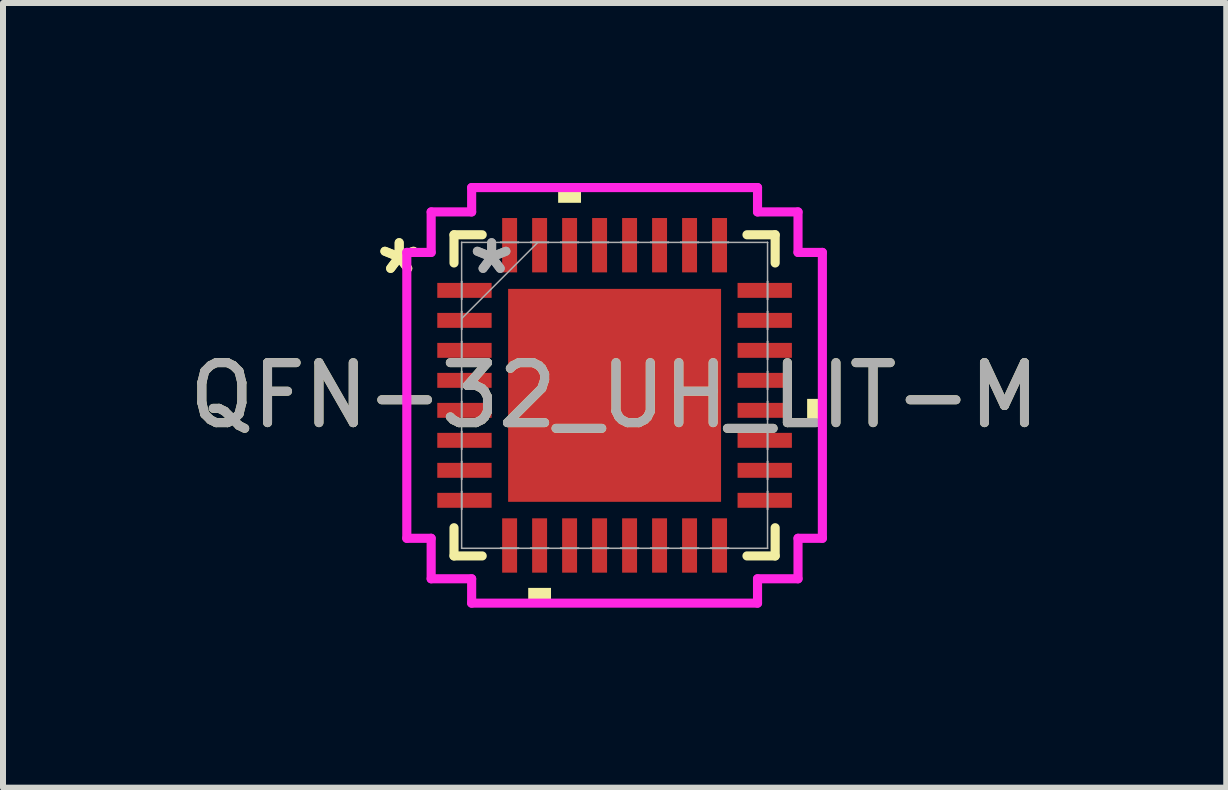
<source format=kicad_pcb>
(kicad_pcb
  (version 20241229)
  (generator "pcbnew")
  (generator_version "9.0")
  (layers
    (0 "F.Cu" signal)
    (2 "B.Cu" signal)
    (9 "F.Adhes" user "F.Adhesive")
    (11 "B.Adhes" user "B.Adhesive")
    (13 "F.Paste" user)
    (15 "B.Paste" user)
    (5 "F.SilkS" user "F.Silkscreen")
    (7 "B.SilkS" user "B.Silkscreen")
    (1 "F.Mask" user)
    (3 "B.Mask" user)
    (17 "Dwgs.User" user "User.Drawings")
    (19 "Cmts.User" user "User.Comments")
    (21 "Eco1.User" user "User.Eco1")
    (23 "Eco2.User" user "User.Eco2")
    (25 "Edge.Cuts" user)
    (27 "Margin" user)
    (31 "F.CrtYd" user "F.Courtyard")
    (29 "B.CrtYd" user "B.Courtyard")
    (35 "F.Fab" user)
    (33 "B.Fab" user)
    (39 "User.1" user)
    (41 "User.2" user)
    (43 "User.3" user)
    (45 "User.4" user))
  (footprint "QFN-32_UH_LIT-M"
    (layer "F.Cu")
    (at 7.196 3.541)
    (property "Reference" "QFN-32_UH_LIT-M" (at 0 0 0) (unlocked yes) (layer "F.SilkS") (effects (font (size 1 1) (thickness 0.15))))
    (attr smd)
    (fp_line (start -2.677 -2.677) (end -2.677 -2.207) (stroke (width 0.152) (type solid)) (layer "F.SilkS"))
    (fp_line (start -2.677 2.207) (end -2.677 2.677) (stroke (width 0.152) (type solid)) (layer "F.SilkS"))
    (fp_line (start -2.677 2.677) (end -2.207 2.677) (stroke (width 0.152) (type solid)) (layer "F.SilkS"))
    (fp_line (start -2.207 -2.677) (end -2.677 -2.677) (stroke (width 0.152) (type solid)) (layer "F.SilkS"))
    (fp_line (start 2.207 2.677) (end 2.677 2.677) (stroke (width 0.152) (type solid)) (layer "F.SilkS"))
    (fp_line (start 2.677 -2.677) (end 2.207 -2.677) (stroke (width 0.152) (type solid)) (layer "F.SilkS"))
    (fp_line (start 2.677 -2.207) (end 2.677 -2.677) (stroke (width 0.152) (type solid)) (layer "F.SilkS"))
    (fp_line (start 2.677 2.677) (end 2.677 2.207) (stroke (width 0.152) (type solid)) (layer "F.SilkS"))
    (fp_poly (pts (xy -1.44 3.21) (xy -1.44 3.464) (xy -1.06 3.464) (xy -1.06 3.21)) (stroke (width 0) (type solid)) (fill yes) (layer "F.SilkS"))
    (fp_poly (pts (xy -0.941 -3.21) (xy -0.941 -3.464) (xy -0.56 -3.464) (xy -0.56 -3.21)) (stroke (width 0) (type solid)) (fill yes) (layer "F.SilkS"))
    (fp_poly (pts (xy 3.464 0.059) (xy 3.464 0.441) (xy 3.21 0.441) (xy 3.21 0.059)) (stroke (width 0) (type solid)) (fill yes) (layer "F.SilkS"))
    (fp_poly (pts (xy -1.675 -1.675) (xy -1.675 -0.1) (xy -0.1 -0.1) (xy -0.1 -1.675)) (stroke (width 0) (type solid)) (fill yes) (layer "F.Paste"))
    (fp_poly (pts (xy -1.675 0.1) (xy -1.675 1.675) (xy -0.1 1.675) (xy -0.1 0.1)) (stroke (width 0) (type solid)) (fill yes) (layer "F.Paste"))
    (fp_poly (pts (xy 0.1 -1.675) (xy 0.1 -0.1) (xy 1.675 -0.1) (xy 1.675 -1.675)) (stroke (width 0) (type solid)) (fill yes) (layer "F.Paste"))
    (fp_poly (pts (xy 0.1 0.1) (xy 0.1 1.675) (xy 1.675 1.675) (xy 1.675 0.1)) (stroke (width 0) (type solid)) (fill yes) (layer "F.Paste"))
    (fp_line (start -3.464 -2.383) (end -3.058 -2.383) (stroke (width 0.152) (type solid)) (layer "F.CrtYd"))
    (fp_line (start -3.464 2.383) (end -3.464 -2.383) (stroke (width 0.152) (type solid)) (layer "F.CrtYd"))
    (fp_line (start -3.058 -3.058) (end -2.383 -3.058) (stroke (width 0.152) (type solid)) (layer "F.CrtYd"))
    (fp_line (start -3.058 -2.383) (end -3.058 -3.058) (stroke (width 0.152) (type solid)) (layer "F.CrtYd"))
    (fp_line (start -3.058 2.383) (end -3.464 2.383) (stroke (width 0.152) (type solid)) (layer "F.CrtYd"))
    (fp_line (start -3.058 3.058) (end -3.058 2.383) (stroke (width 0.152) (type solid)) (layer "F.CrtYd"))
    (fp_line (start -2.383 -3.464) (end 2.383 -3.464) (stroke (width 0.152) (type solid)) (layer "F.CrtYd"))
    (fp_line (start -2.383 -3.058) (end -2.383 -3.464) (stroke (width 0.152) (type solid)) (layer "F.CrtYd"))
    (fp_line (start -2.383 3.058) (end -3.058 3.058) (stroke (width 0.152) (type solid)) (layer "F.CrtYd"))
    (fp_line (start -2.383 3.464) (end -2.383 3.058) (stroke (width 0.152) (type solid)) (layer "F.CrtYd"))
    (fp_line (start 2.383 -3.464) (end 2.383 -3.058) (stroke (width 0.152) (type solid)) (layer "F.CrtYd"))
    (fp_line (start 2.383 -3.058) (end 3.058 -3.058) (stroke (width 0.152) (type solid)) (layer "F.CrtYd"))
    (fp_line (start 2.383 3.058) (end 2.383 3.464) (stroke (width 0.152) (type solid)) (layer "F.CrtYd"))
    (fp_line (start 2.383 3.464) (end -2.383 3.464) (stroke (width 0.152) (type solid)) (layer "F.CrtYd"))
    (fp_line (start 3.058 -3.058) (end 3.058 -2.383) (stroke (width 0.152) (type solid)) (layer "F.CrtYd"))
    (fp_line (start 3.058 -2.383) (end 3.464 -2.383) (stroke (width 0.152) (type solid)) (layer "F.CrtYd"))
    (fp_line (start 3.058 2.383) (end 3.058 3.058) (stroke (width 0.152) (type solid)) (layer "F.CrtYd"))
    (fp_line (start 3.058 3.058) (end 2.383 3.058) (stroke (width 0.152) (type solid)) (layer "F.CrtYd"))
    (fp_line (start 3.464 -2.383) (end 3.464 2.383) (stroke (width 0.152) (type solid)) (layer "F.CrtYd"))
    (fp_line (start 3.464 2.383) (end 3.058 2.383) (stroke (width 0.152) (type solid)) (layer "F.CrtYd"))
    (fp_line (start -2.55 -2.55) (end -2.55 -2.55) (stroke (width 0.025) (type solid)) (layer "F.Fab"))
    (fp_line (start -2.55 -2.55) (end -2.55 2.55) (stroke (width 0.025) (type solid)) (layer "F.Fab"))
    (fp_line (start -2.55 -1.9) (end -2.55 -1.9) (stroke (width 0.025) (type solid)) (layer "F.Fab"))
    (fp_line (start -2.55 -1.9) (end -2.55 -1.6) (stroke (width 0.025) (type solid)) (layer "F.Fab"))
    (fp_line (start -2.55 -1.6) (end -2.55 -1.9) (stroke (width 0.025) (type solid)) (layer "F.Fab"))
    (fp_line (start -2.55 -1.6) (end -2.55 -1.6) (stroke (width 0.025) (type solid)) (layer "F.Fab"))
    (fp_line (start -2.55 -1.4) (end -2.55 -1.4) (stroke (width 0.025) (type solid)) (layer "F.Fab"))
    (fp_line (start -2.55 -1.4) (end -2.55 -1.1) (stroke (width 0.025) (type solid)) (layer "F.Fab"))
    (fp_line (start -2.55 -1.28) (end -1.28 -2.55) (stroke (width 0.025) (type solid)) (layer "F.Fab"))
    (fp_line (start -2.55 -1.1) (end -2.55 -1.4) (stroke (width 0.025) (type solid)) (layer "F.Fab"))
    (fp_line (start -2.55 -1.1) (end -2.55 -1.1) (stroke (width 0.025) (type solid)) (layer "F.Fab"))
    (fp_line (start -2.55 -0.9) (end -2.55 -0.9) (stroke (width 0.025) (type solid)) (layer "F.Fab"))
    (fp_line (start -2.55 -0.9) (end -2.55 -0.6) (stroke (width 0.025) (type solid)) (layer "F.Fab"))
    (fp_line (start -2.55 -0.6) (end -2.55 -0.9) (stroke (width 0.025) (type solid)) (layer "F.Fab"))
    (fp_line (start -2.55 -0.6) (end -2.55 -0.6) (stroke (width 0.025) (type solid)) (layer "F.Fab"))
    (fp_line (start -2.55 -0.4) (end -2.55 -0.4) (stroke (width 0.025) (type solid)) (layer "F.Fab"))
    (fp_line (start -2.55 -0.4) (end -2.55 -0.1) (stroke (width 0.025) (type solid)) (layer "F.Fab"))
    (fp_line (start -2.55 -0.1) (end -2.55 -0.4) (stroke (width 0.025) (type solid)) (layer "F.Fab"))
    (fp_line (start -2.55 -0.1) (end -2.55 -0.1) (stroke (width 0.025) (type solid)) (layer "F.Fab"))
    (fp_line (start -2.55 0.1) (end -2.55 0.1) (stroke (width 0.025) (type solid)) (layer "F.Fab"))
    (fp_line (start -2.55 0.1) (end -2.55 0.4) (stroke (width 0.025) (type solid)) (layer "F.Fab"))
    (fp_line (start -2.55 0.4) (end -2.55 0.1) (stroke (width 0.025) (type solid)) (layer "F.Fab"))
    (fp_line (start -2.55 0.4) (end -2.55 0.4) (stroke (width 0.025) (type solid)) (layer "F.Fab"))
    (fp_line (start -2.55 0.6) (end -2.55 0.6) (stroke (width 0.025) (type solid)) (layer "F.Fab"))
    (fp_line (start -2.55 0.6) (end -2.55 0.9) (stroke (width 0.025) (type solid)) (layer "F.Fab"))
    (fp_line (start -2.55 0.9) (end -2.55 0.6) (stroke (width 0.025) (type solid)) (layer "F.Fab"))
    (fp_line (start -2.55 0.9) (end -2.55 0.9) (stroke (width 0.025) (type solid)) (layer "F.Fab"))
    (fp_line (start -2.55 1.1) (end -2.55 1.1) (stroke (width 0.025) (type solid)) (layer "F.Fab"))
    (fp_line (start -2.55 1.1) (end -2.55 1.4) (stroke (width 0.025) (type solid)) (layer "F.Fab"))
    (fp_line (start -2.55 1.4) (end -2.55 1.1) (stroke (width 0.025) (type solid)) (layer "F.Fab"))
    (fp_line (start -2.55 1.4) (end -2.55 1.4) (stroke (width 0.025) (type solid)) (layer "F.Fab"))
    (fp_line (start -2.55 1.6) (end -2.55 1.6) (stroke (width 0.025) (type solid)) (layer "F.Fab"))
    (fp_line (start -2.55 1.6) (end -2.55 1.9) (stroke (width 0.025) (type solid)) (layer "F.Fab"))
    (fp_line (start -2.55 1.9) (end -2.55 1.6) (stroke (width 0.025) (type solid)) (layer "F.Fab"))
    (fp_line (start -2.55 1.9) (end -2.55 1.9) (stroke (width 0.025) (type solid)) (layer "F.Fab"))
    (fp_line (start -2.55 2.55) (end -2.55 2.55) (stroke (width 0.025) (type solid)) (layer "F.Fab"))
    (fp_line (start -2.55 2.55) (end 2.55 2.55) (stroke (width 0.025) (type solid)) (layer "F.Fab"))
    (fp_line (start -1.9 -2.55) (end -1.9 -2.55) (stroke (width 0.025) (type solid)) (layer "F.Fab"))
    (fp_line (start -1.9 -2.55) (end -1.6 -2.55) (stroke (width 0.025) (type solid)) (layer "F.Fab"))
    (fp_line (start -1.9 2.55) (end -1.9 2.55) (stroke (width 0.025) (type solid)) (layer "F.Fab"))
    (fp_line (start -1.9 2.55) (end -1.6 2.55) (stroke (width 0.025) (type solid)) (layer "F.Fab"))
    (fp_line (start -1.6 -2.55) (end -1.9 -2.55) (stroke (width 0.025) (type solid)) (layer "F.Fab"))
    (fp_line (start -1.6 -2.55) (end -1.6 -2.55) (stroke (width 0.025) (type solid)) (layer "F.Fab"))
    (fp_line (start -1.6 2.55) (end -1.9 2.55) (stroke (width 0.025) (type solid)) (layer "F.Fab"))
    (fp_line (start -1.6 2.55) (end -1.6 2.55) (stroke (width 0.025) (type solid)) (layer "F.Fab"))
    (fp_line (start -1.4 -2.55) (end -1.4 -2.55) (stroke (width 0.025) (type solid)) (layer "F.Fab"))
    (fp_line (start -1.4 -2.55) (end -1.1 -2.55) (stroke (width 0.025) (type solid)) (layer "F.Fab"))
    (fp_line (start -1.4 2.55) (end -1.4 2.55) (stroke (width 0.025) (type solid)) (layer "F.Fab"))
    (fp_line (start -1.4 2.55) (end -1.1 2.55) (stroke (width 0.025) (type solid)) (layer "F.Fab"))
    (fp_line (start -1.1 -2.55) (end -1.4 -2.55) (stroke (width 0.025) (type solid)) (layer "F.Fab"))
    (fp_line (start -1.1 -2.55) (end -1.1 -2.55) (stroke (width 0.025) (type solid)) (layer "F.Fab"))
    (fp_line (start -1.1 2.55) (end -1.4 2.55) (stroke (width 0.025) (type solid)) (layer "F.Fab"))
    (fp_line (start -1.1 2.55) (end -1.1 2.55) (stroke (width 0.025) (type solid)) (layer "F.Fab"))
    (fp_line (start -0.9 -2.55) (end -0.9 -2.55) (stroke (width 0.025) (type solid)) (layer "F.Fab"))
    (fp_line (start -0.9 -2.55) (end -0.6 -2.55) (stroke (width 0.025) (type solid)) (layer "F.Fab"))
    (fp_line (start -0.9 2.55) (end -0.9 2.55) (stroke (width 0.025) (type solid)) (layer "F.Fab"))
    (fp_line (start -0.9 2.55) (end -0.6 2.55) (stroke (width 0.025) (type solid)) (layer "F.Fab"))
    (fp_line (start -0.6 -2.55) (end -0.9 -2.55) (stroke (width 0.025) (type solid)) (layer "F.Fab"))
    (fp_line (start -0.6 -2.55) (end -0.6 -2.55) (stroke (width 0.025) (type solid)) (layer "F.Fab"))
    (fp_line (start -0.6 2.55) (end -0.9 2.55) (stroke (width 0.025) (type solid)) (layer "F.Fab"))
    (fp_line (start -0.6 2.55) (end -0.6 2.55) (stroke (width 0.025) (type solid)) (layer "F.Fab"))
    (fp_line (start -0.4 -2.55) (end -0.4 -2.55) (stroke (width 0.025) (type solid)) (layer "F.Fab"))
    (fp_line (start -0.4 -2.55) (end -0.1 -2.55) (stroke (width 0.025) (type solid)) (layer "F.Fab"))
    (fp_line (start -0.4 2.55) (end -0.4 2.55) (stroke (width 0.025) (type solid)) (layer "F.Fab"))
    (fp_line (start -0.4 2.55) (end -0.1 2.55) (stroke (width 0.025) (type solid)) (layer "F.Fab"))
    (fp_line (start -0.1 -2.55) (end -0.4 -2.55) (stroke (width 0.025) (type solid)) (layer "F.Fab"))
    (fp_line (start -0.1 -2.55) (end -0.1 -2.55) (stroke (width 0.025) (type solid)) (layer "F.Fab"))
    (fp_line (start -0.1 2.55) (end -0.4 2.55) (stroke (width 0.025) (type solid)) (layer "F.Fab"))
    (fp_line (start -0.1 2.55) (end -0.1 2.55) (stroke (width 0.025) (type solid)) (layer "F.Fab"))
    (fp_line (start 0.1 -2.55) (end 0.1 -2.55) (stroke (width 0.025) (type solid)) (layer "F.Fab"))
    (fp_line (start 0.1 -2.55) (end 0.4 -2.55) (stroke (width 0.025) (type solid)) (layer "F.Fab"))
    (fp_line (start 0.1 2.55) (end 0.1 2.55) (stroke (width 0.025) (type solid)) (layer "F.Fab"))
    (fp_line (start 0.1 2.55) (end 0.4 2.55) (stroke (width 0.025) (type solid)) (layer "F.Fab"))
    (fp_line (start 0.4 -2.55) (end 0.1 -2.55) (stroke (width 0.025) (type solid)) (layer "F.Fab"))
    (fp_line (start 0.4 -2.55) (end 0.4 -2.55) (stroke (width 0.025) (type solid)) (layer "F.Fab"))
    (fp_line (start 0.4 2.55) (end 0.1 2.55) (stroke (width 0.025) (type solid)) (layer "F.Fab"))
    (fp_line (start 0.4 2.55) (end 0.4 2.55) (stroke (width 0.025) (type solid)) (layer "F.Fab"))
    (fp_line (start 0.6 -2.55) (end 0.6 -2.55) (stroke (width 0.025) (type solid)) (layer "F.Fab"))
    (fp_line (start 0.6 -2.55) (end 0.9 -2.55) (stroke (width 0.025) (type solid)) (layer "F.Fab"))
    (fp_line (start 0.6 2.55) (end 0.6 2.55) (stroke (width 0.025) (type solid)) (layer "F.Fab"))
    (fp_line (start 0.6 2.55) (end 0.9 2.55) (stroke (width 0.025) (type solid)) (layer "F.Fab"))
    (fp_line (start 0.9 -2.55) (end 0.6 -2.55) (stroke (width 0.025) (type solid)) (layer "F.Fab"))
    (fp_line (start 0.9 -2.55) (end 0.9 -2.55) (stroke (width 0.025) (type solid)) (layer "F.Fab"))
    (fp_line (start 0.9 2.55) (end 0.6 2.55) (stroke (width 0.025) (type solid)) (layer "F.Fab"))
    (fp_line (start 0.9 2.55) (end 0.9 2.55) (stroke (width 0.025) (type solid)) (layer "F.Fab"))
    (fp_line (start 1.1 -2.55) (end 1.1 -2.55) (stroke (width 0.025) (type solid)) (layer "F.Fab"))
    (fp_line (start 1.1 -2.55) (end 1.4 -2.55) (stroke (width 0.025) (type solid)) (layer "F.Fab"))
    (fp_line (start 1.1 2.55) (end 1.1 2.55) (stroke (width 0.025) (type solid)) (layer "F.Fab"))
    (fp_line (start 1.1 2.55) (end 1.4 2.55) (stroke (width 0.025) (type solid)) (layer "F.Fab"))
    (fp_line (start 1.4 -2.55) (end 1.1 -2.55) (stroke (width 0.025) (type solid)) (layer "F.Fab"))
    (fp_line (start 1.4 -2.55) (end 1.4 -2.55) (stroke (width 0.025) (type solid)) (layer "F.Fab"))
    (fp_line (start 1.4 2.55) (end 1.1 2.55) (stroke (width 0.025) (type solid)) (layer "F.Fab"))
    (fp_line (start 1.4 2.55) (end 1.4 2.55) (stroke (width 0.025) (type solid)) (layer "F.Fab"))
    (fp_line (start 1.6 -2.55) (end 1.6 -2.55) (stroke (width 0.025) (type solid)) (layer "F.Fab"))
    (fp_line (start 1.6 -2.55) (end 1.9 -2.55) (stroke (width 0.025) (type solid)) (layer "F.Fab"))
    (fp_line (start 1.6 2.55) (end 1.6 2.55) (stroke (width 0.025) (type solid)) (layer "F.Fab"))
    (fp_line (start 1.6 2.55) (end 1.9 2.55) (stroke (width 0.025) (type solid)) (layer "F.Fab"))
    (fp_line (start 1.9 -2.55) (end 1.6 -2.55) (stroke (width 0.025) (type solid)) (layer "F.Fab"))
    (fp_line (start 1.9 -2.55) (end 1.9 -2.55) (stroke (width 0.025) (type solid)) (layer "F.Fab"))
    (fp_line (start 1.9 2.55) (end 1.6 2.55) (stroke (width 0.025) (type solid)) (layer "F.Fab"))
    (fp_line (start 1.9 2.55) (end 1.9 2.55) (stroke (width 0.025) (type solid)) (layer "F.Fab"))
    (fp_line (start 2.55 -2.55) (end -2.55 -2.55) (stroke (width 0.025) (type solid)) (layer "F.Fab"))
    (fp_line (start 2.55 -2.55) (end 2.55 -2.55) (stroke (width 0.025) (type solid)) (layer "F.Fab"))
    (fp_line (start 2.55 -1.9) (end 2.55 -1.9) (stroke (width 0.025) (type solid)) (layer "F.Fab"))
    (fp_line (start 2.55 -1.9) (end 2.55 -1.6) (stroke (width 0.025) (type solid)) (layer "F.Fab"))
    (fp_line (start 2.55 -1.6) (end 2.55 -1.9) (stroke (width 0.025) (type solid)) (layer "F.Fab"))
    (fp_line (start 2.55 -1.6) (end 2.55 -1.6) (stroke (width 0.025) (type solid)) (layer "F.Fab"))
    (fp_line (start 2.55 -1.4) (end 2.55 -1.4) (stroke (width 0.025) (type solid)) (layer "F.Fab"))
    (fp_line (start 2.55 -1.4) (end 2.55 -1.1) (stroke (width 0.025) (type solid)) (layer "F.Fab"))
    (fp_line (start 2.55 -1.1) (end 2.55 -1.4) (stroke (width 0.025) (type solid)) (layer "F.Fab"))
    (fp_line (start 2.55 -1.1) (end 2.55 -1.1) (stroke (width 0.025) (type solid)) (layer "F.Fab"))
    (fp_line (start 2.55 -0.9) (end 2.55 -0.9) (stroke (width 0.025) (type solid)) (layer "F.Fab"))
    (fp_line (start 2.55 -0.9) (end 2.55 -0.6) (stroke (width 0.025) (type solid)) (layer "F.Fab"))
    (fp_line (start 2.55 -0.6) (end 2.55 -0.9) (stroke (width 0.025) (type solid)) (layer "F.Fab"))
    (fp_line (start 2.55 -0.6) (end 2.55 -0.6) (stroke (width 0.025) (type solid)) (layer "F.Fab"))
    (fp_line (start 2.55 -0.4) (end 2.55 -0.4) (stroke (width 0.025) (type solid)) (layer "F.Fab"))
    (fp_line (start 2.55 -0.4) (end 2.55 -0.1) (stroke (width 0.025) (type solid)) (layer "F.Fab"))
    (fp_line (start 2.55 -0.1) (end 2.55 -0.4) (stroke (width 0.025) (type solid)) (layer "F.Fab"))
    (fp_line (start 2.55 -0.1) (end 2.55 -0.1) (stroke (width 0.025) (type solid)) (layer "F.Fab"))
    (fp_line (start 2.55 0.1) (end 2.55 0.1) (stroke (width 0.025) (type solid)) (layer "F.Fab"))
    (fp_line (start 2.55 0.1) (end 2.55 0.4) (stroke (width 0.025) (type solid)) (layer "F.Fab"))
    (fp_line (start 2.55 0.4) (end 2.55 0.1) (stroke (width 0.025) (type solid)) (layer "F.Fab"))
    (fp_line (start 2.55 0.4) (end 2.55 0.4) (stroke (width 0.025) (type solid)) (layer "F.Fab"))
    (fp_line (start 2.55 0.6) (end 2.55 0.6) (stroke (width 0.025) (type solid)) (layer "F.Fab"))
    (fp_line (start 2.55 0.6) (end 2.55 0.9) (stroke (width 0.025) (type solid)) (layer "F.Fab"))
    (fp_line (start 2.55 0.9) (end 2.55 0.6) (stroke (width 0.025) (type solid)) (layer "F.Fab"))
    (fp_line (start 2.55 0.9) (end 2.55 0.9) (stroke (width 0.025) (type solid)) (layer "F.Fab"))
    (fp_line (start 2.55 1.1) (end 2.55 1.1) (stroke (width 0.025) (type solid)) (layer "F.Fab"))
    (fp_line (start 2.55 1.1) (end 2.55 1.4) (stroke (width 0.025) (type solid)) (layer "F.Fab"))
    (fp_line (start 2.55 1.4) (end 2.55 1.1) (stroke (width 0.025) (type solid)) (layer "F.Fab"))
    (fp_line (start 2.55 1.4) (end 2.55 1.4) (stroke (width 0.025) (type solid)) (layer "F.Fab"))
    (fp_line (start 2.55 1.6) (end 2.55 1.6) (stroke (width 0.025) (type solid)) (layer "F.Fab"))
    (fp_line (start 2.55 1.6) (end 2.55 1.9) (stroke (width 0.025) (type solid)) (layer "F.Fab"))
    (fp_line (start 2.55 1.9) (end 2.55 1.6) (stroke (width 0.025) (type solid)) (layer "F.Fab"))
    (fp_line (start 2.55 1.9) (end 2.55 1.9) (stroke (width 0.025) (type solid)) (layer "F.Fab"))
    (fp_line (start 2.55 2.55) (end 2.55 -2.55) (stroke (width 0.025) (type solid)) (layer "F.Fab"))
    (fp_line (start 2.55 2.55) (end 2.55 2.55) (stroke (width 0.025) (type solid)) (layer "F.Fab"))
    (fp_text user "*" (at -3.591 -2 0) (layer "F.SilkS") (effects (font (size 1 1) (thickness 0.15))))
    (fp_text user "*" (at -3.591 -2 0) (unlocked yes) (layer "F.SilkS") (effects (font (size 1 1) (thickness 0.15))))
    (fp_text user "*" (at -2.05 -2 0) (unlocked yes) (layer "F.Fab") (effects (font (size 1 1) (thickness 0.15))))
    (fp_text user "*" (at -2.05 -2 0) (layer "F.Fab") (effects (font (size 1 1) (thickness 0.15))))
    (fp_text user "${REFERENCE}" (at 0 0 0) (unlocked yes) (layer "F.Fab") (effects (font (size 1 1) (thickness 0.15))))
    (pad "1" smd rect (at -2.503 -1.75 90) (size 0.249 0.906) (layers "F.Cu" "F.Mask" "F.Paste"))
    (pad "2" smd rect (at -2.503 -1.25 90) (size 0.249 0.906) (layers "F.Cu" "F.Mask" "F.Paste"))
    (pad "3" smd rect (at -2.503 -0.75 90) (size 0.249 0.906) (layers "F.Cu" "F.Mask" "F.Paste"))
    (pad "4" smd rect (at -2.503 -0.25 90) (size 0.249 0.906) (layers "F.Cu" "F.Mask" "F.Paste"))
    (pad "5" smd rect (at -2.503 0.25 90) (size 0.249 0.906) (layers "F.Cu" "F.Mask" "F.Paste"))
    (pad "6" smd rect (at -2.503 0.75 90) (size 0.249 0.906) (layers "F.Cu" "F.Mask" "F.Paste"))
    (pad "7" smd rect (at -2.503 1.25 90) (size 0.249 0.906) (layers "F.Cu" "F.Mask" "F.Paste"))
    (pad "8" smd rect (at -2.503 1.75 90) (size 0.249 0.906) (layers "F.Cu" "F.Mask" "F.Paste"))
    (pad "9" smd rect (at -1.75 2.503) (size 0.249 0.906) (layers "F.Cu" "F.Mask" "F.Paste"))
    (pad "10" smd rect (at -1.25 2.503) (size 0.249 0.906) (layers "F.Cu" "F.Mask" "F.Paste"))
    (pad "11" smd rect (at -0.75 2.503) (size 0.249 0.906) (layers "F.Cu" "F.Mask" "F.Paste"))
    (pad "12" smd rect (at -0.25 2.503) (size 0.249 0.906) (layers "F.Cu" "F.Mask" "F.Paste"))
    (pad "13" smd rect (at 0.25 2.503) (size 0.249 0.906) (layers "F.Cu" "F.Mask" "F.Paste"))
    (pad "14" smd rect (at 0.75 2.503) (size 0.249 0.906) (layers "F.Cu" "F.Mask" "F.Paste"))
    (pad "15" smd rect (at 1.25 2.503) (size 0.249 0.906) (layers "F.Cu" "F.Mask" "F.Paste"))
    (pad "16" smd rect (at 1.75 2.503) (size 0.249 0.906) (layers "F.Cu" "F.Mask" "F.Paste"))
    (pad "17" smd rect (at 2.503 1.75 90) (size 0.249 0.906) (layers "F.Cu" "F.Mask" "F.Paste"))
    (pad "18" smd rect (at 2.503 1.25 90) (size 0.249 0.906) (layers "F.Cu" "F.Mask" "F.Paste"))
    (pad "19" smd rect (at 2.503 0.75 90) (size 0.249 0.906) (layers "F.Cu" "F.Mask" "F.Paste"))
    (pad "20" smd rect (at 2.503 0.25 90) (size 0.249 0.906) (layers "F.Cu" "F.Mask" "F.Paste"))
    (pad "21" smd rect (at 2.503 -0.25 90) (size 0.249 0.906) (layers "F.Cu" "F.Mask" "F.Paste"))
    (pad "22" smd rect (at 2.503 -0.75 90) (size 0.249 0.906) (layers "F.Cu" "F.Mask" "F.Paste"))
    (pad "23" smd rect (at 2.503 -1.25 90) (size 0.249 0.906) (layers "F.Cu" "F.Mask" "F.Paste"))
    (pad "24" smd rect (at 2.503 -1.75 90) (size 0.249 0.906) (layers "F.Cu" "F.Mask" "F.Paste"))
    (pad "25" smd rect (at 1.75 -2.503) (size 0.249 0.906) (layers "F.Cu" "F.Mask" "F.Paste"))
    (pad "26" smd rect (at 1.25 -2.503) (size 0.249 0.906) (layers "F.Cu" "F.Mask" "F.Paste"))
    (pad "27" smd rect (at 0.75 -2.503) (size 0.249 0.906) (layers "F.Cu" "F.Mask" "F.Paste"))
    (pad "28" smd rect (at 0.25 -2.503) (size 0.249 0.906) (layers "F.Cu" "F.Mask" "F.Paste"))
    (pad "29" smd rect (at -0.25 -2.503) (size 0.249 0.906) (layers "F.Cu" "F.Mask" "F.Paste"))
    (pad "30" smd rect (at -0.75 -2.503) (size 0.249 0.906) (layers "F.Cu" "F.Mask" "F.Paste"))
    (pad "31" smd rect (at -1.25 -2.503) (size 0.249 0.906) (layers "F.Cu" "F.Mask" "F.Paste"))
    (pad "32" smd rect (at -1.75 -2.503) (size 0.249 0.906) (layers "F.Cu" "F.Mask" "F.Paste"))
    (pad "33" smd rect (at 0 0) (size 3.55 3.55) (layers "F.Cu" "F.Mask")))
  (gr_rect
    (start -3 -3)
    (end 17.393 10.081)
    (stroke (width 0.1) (type default))
    (fill no)
    (layer "Edge.Cuts")))
</source>
